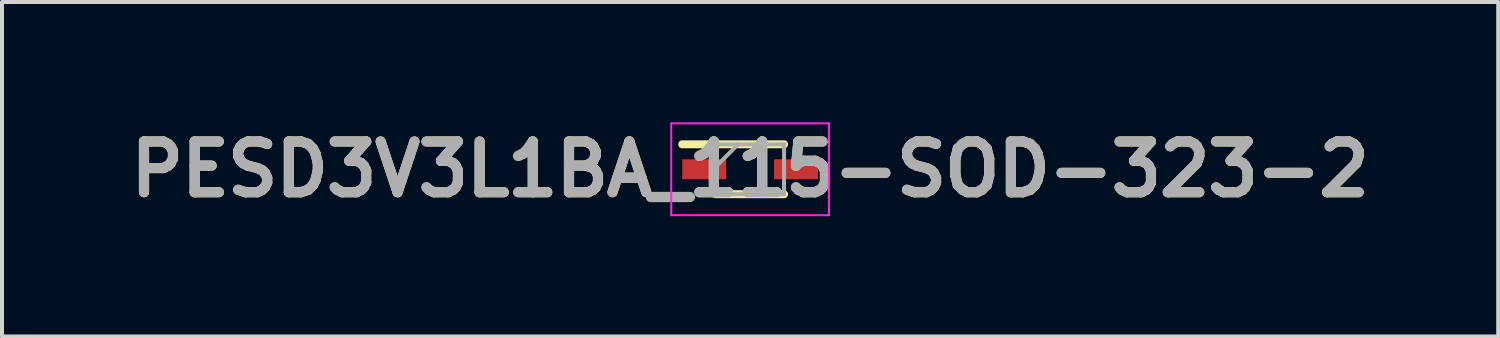
<source format=kicad_pcb>
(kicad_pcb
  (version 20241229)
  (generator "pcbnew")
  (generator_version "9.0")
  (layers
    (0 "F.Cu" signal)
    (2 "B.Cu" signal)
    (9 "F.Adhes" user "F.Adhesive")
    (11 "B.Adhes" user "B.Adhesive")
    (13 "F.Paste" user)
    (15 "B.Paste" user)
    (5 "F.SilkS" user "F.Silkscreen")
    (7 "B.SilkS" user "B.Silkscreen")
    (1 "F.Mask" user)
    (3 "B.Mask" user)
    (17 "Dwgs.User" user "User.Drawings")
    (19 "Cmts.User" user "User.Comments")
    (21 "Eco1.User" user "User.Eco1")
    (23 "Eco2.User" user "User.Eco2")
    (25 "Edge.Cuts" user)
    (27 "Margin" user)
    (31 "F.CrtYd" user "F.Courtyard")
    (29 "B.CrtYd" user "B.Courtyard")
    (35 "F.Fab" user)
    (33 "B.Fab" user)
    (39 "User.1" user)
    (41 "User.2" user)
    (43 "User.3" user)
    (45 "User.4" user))
  (footprint "PESD3V3L1BA_115-SOD-323-2"
    (layer "F.Cu")
    (at 15.736 1.189)
    (property "Reference" "PESD3V3L1BA_115-SOD-323-2" (at 0 0 0) (layer "F.SilkS") (effects (font (size 1.27 1.27) (thickness 0.254))))
    (attr smd)
    (fp_line (start -1.7 -0.625) (end 0.85 -0.625) (stroke (width 0.2) (type solid)) (layer "F.SilkS"))
    (fp_line (start -0.85 0.625) (end 0.85 0.625) (stroke (width 0.2) (type solid)) (layer "F.SilkS"))
    (fp_line (start -1.975 -1.15) (end 1.975 -1.15) (stroke (width 0.05) (type solid)) (layer "F.CrtYd"))
    (fp_line (start -1.975 1.15) (end -1.975 -1.15) (stroke (width 0.05) (type solid)) (layer "F.CrtYd"))
    (fp_line (start 1.975 -1.15) (end 1.975 1.15) (stroke (width 0.05) (type solid)) (layer "F.CrtYd"))
    (fp_line (start 1.975 1.15) (end -1.975 1.15) (stroke (width 0.05) (type solid)) (layer "F.CrtYd"))
    (fp_line (start -0.85 -0.625) (end 0.85 -0.625) (stroke (width 0.1) (type solid)) (layer "F.Fab"))
    (fp_line (start -0.85 -0.075) (end -0.3 -0.625) (stroke (width 0.1) (type solid)) (layer "F.Fab"))
    (fp_line (start -0.85 0.625) (end -0.85 -0.625) (stroke (width 0.1) (type solid)) (layer "F.Fab"))
    (fp_line (start 0.85 -0.625) (end 0.85 0.625) (stroke (width 0.1) (type solid)) (layer "F.Fab"))
    (fp_line (start 0.85 0.625) (end -0.85 0.625) (stroke (width 0.1) (type solid)) (layer "F.Fab"))
    (fp_text user "${REFERENCE}" (at 0 0 0) (layer "F.Fab") (effects (font (size 1.27 1.27) (thickness 0.254))))
    (pad "1" smd rect (at -1.15 0 90) (size 0.5 1.1) (layers "F.Cu" "F.Mask" "F.Paste"))
    (pad "2" smd rect (at 1.15 0 90) (size 0.5 1.1) (layers "F.Cu" "F.Mask" "F.Paste")))
  (gr_rect
    (start -3 -3)
    (end 34.472 5.377)
    (stroke (width 0.1) (type default))
    (fill no)
    (layer "Edge.Cuts")))
</source>
